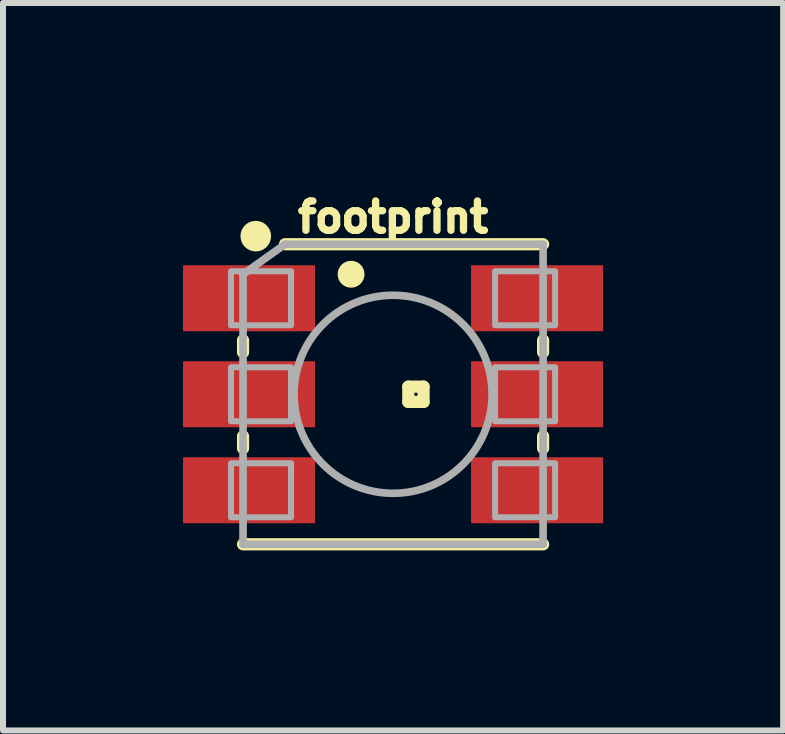
<source format=kicad_pcb>
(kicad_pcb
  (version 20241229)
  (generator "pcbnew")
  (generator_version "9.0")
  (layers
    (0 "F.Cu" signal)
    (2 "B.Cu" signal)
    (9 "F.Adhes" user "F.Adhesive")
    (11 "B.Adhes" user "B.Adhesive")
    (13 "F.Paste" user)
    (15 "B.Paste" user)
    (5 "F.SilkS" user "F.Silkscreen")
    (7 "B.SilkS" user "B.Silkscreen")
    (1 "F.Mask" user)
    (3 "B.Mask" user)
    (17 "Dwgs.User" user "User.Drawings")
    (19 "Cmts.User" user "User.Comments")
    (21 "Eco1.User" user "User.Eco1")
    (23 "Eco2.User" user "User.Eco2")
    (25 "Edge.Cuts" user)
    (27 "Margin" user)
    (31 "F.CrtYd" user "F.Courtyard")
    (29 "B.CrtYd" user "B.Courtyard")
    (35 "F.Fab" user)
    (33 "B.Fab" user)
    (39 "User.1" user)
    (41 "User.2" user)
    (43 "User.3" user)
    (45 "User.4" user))
  (footprint "footprint"
    (layer "F.Cu")
    (at 3.5 3.52)
    (property "Reference" "footprint" (at 0 -2.667 0) (layer "F.SilkS") (effects (font (size 0.488 0.488) (thickness 0.122)) (justify bottom)))
    (fp_line (start -2.5 -0.7) (end -2.5 -0.9) (stroke (width 0.203) (type solid)) (layer "F.SilkS"))
    (fp_line (start -2.5 0.9) (end -2.5 0.7) (stroke (width 0.203) (type solid)) (layer "F.SilkS"))
    (fp_line (start -2.5 2.5) (end 2.5 2.5) (stroke (width 0.203) (type solid)) (layer "F.SilkS"))
    (fp_line (start -1.8 -2.5) (end 2.5 -2.5) (stroke (width 0.203) (type solid)) (layer "F.SilkS"))
    (fp_line (start 0.254 -0.127) (end 0.508 -0.127) (stroke (width 0.203) (type solid)) (layer "F.SilkS"))
    (fp_line (start 0.254 0.127) (end 0.254 -0.127) (stroke (width 0.203) (type solid)) (layer "F.SilkS"))
    (fp_line (start 0.508 -0.127) (end 0.508 0.127) (stroke (width 0.203) (type solid)) (layer "F.SilkS"))
    (fp_line (start 0.508 0.127) (end 0.254 0.127) (stroke (width 0.203) (type solid)) (layer "F.SilkS"))
    (fp_line (start 2.5 -0.7) (end 2.5 -0.9) (stroke (width 0.203) (type solid)) (layer "F.SilkS"))
    (fp_line (start 2.5 0.9) (end 2.5 0.7) (stroke (width 0.203) (type solid)) (layer "F.SilkS"))
    (fp_circle (center -2.288 -2.635) (end -2.16 -2.635) (stroke (width 0.254) (type solid)) (fill no) (layer "F.SilkS"))
    (fp_circle (center -0.7 -2) (end -0.588 -2) (stroke (width 0.224) (type solid)) (fill yes) (layer "F.SilkS"))
    (fp_line (start -2.5 -2) (end -1.8 -2.5) (stroke (width 0.127) (type solid)) (layer "F.Fab"))
    (fp_line (start -2.5 2.5) (end -2.5 -2) (stroke (width 0.127) (type solid)) (layer "F.Fab"))
    (fp_line (start -1.8 -2.5) (end 2.5 -2.5) (stroke (width 0.127) (type solid)) (layer "F.Fab"))
    (fp_line (start 2.5 -2.5) (end 2.5 2.5) (stroke (width 0.127) (type solid)) (layer "F.Fab"))
    (fp_line (start 2.5 2.5) (end -2.5 2.5) (stroke (width 0.127) (type solid)) (layer "F.Fab"))
    (fp_circle (center 0 0) (end 1.65 0) (stroke (width 0.127) (type solid)) (fill no) (layer "F.Fab"))
    (fp_poly (pts (xy -1.7 -2.05) (xy -2.7 -2.05) (xy -2.7 -1.15) (xy -1.7 -1.15)) (stroke (width 0.1) (type solid)) (fill no) (layer "F.Fab"))
    (fp_poly (pts (xy -1.7 -0.45) (xy -2.7 -0.45) (xy -2.7 0.45) (xy -1.7 0.45)) (stroke (width 0.1) (type solid)) (fill no) (layer "F.Fab"))
    (fp_poly (pts (xy -1.7 1.15) (xy -2.7 1.15) (xy -2.7 2.05) (xy -1.7 2.05)) (stroke (width 0.1) (type solid)) (fill no) (layer "F.Fab"))
    (fp_poly (pts (xy 1.7 -1.15) (xy 2.7 -1.15) (xy 2.7 -2.05) (xy 1.7 -2.05)) (stroke (width 0.1) (type solid)) (fill no) (layer "F.Fab"))
    (fp_poly (pts (xy 1.7 0.45) (xy 2.7 0.45) (xy 2.7 -0.45) (xy 1.7 -0.45)) (stroke (width 0.1) (type solid)) (fill no) (layer "F.Fab"))
    (fp_poly (pts (xy 1.7 2.05) (xy 2.7 2.05) (xy 2.7 1.15) (xy 1.7 1.15)) (stroke (width 0.1) (type solid)) (fill no) (layer "F.Fab"))
    (pad "1" smd rect (at -2.4 -1.6) (size 2.2 1.1) (layers "F.Cu" "F.Mask" "F.Paste"))
    (pad "2" smd rect (at -2.4 0) (size 2.2 1.1) (layers "F.Cu" "F.Mask" "F.Paste"))
    (pad "3" smd rect (at -2.4 1.6) (size 2.2 1.1) (layers "F.Cu" "F.Mask" "F.Paste"))
    (pad "4" smd rect (at 2.4 1.6) (size 2.2 1.1) (layers "F.Cu" "F.Mask" "F.Paste"))
    (pad "5" smd rect (at 2.4 0) (size 2.2 1.1) (layers "F.Cu" "F.Mask" "F.Paste"))
    (pad "6" smd rect (at 2.4 -1.6) (size 2.2 1.1) (layers "F.Cu" "F.Mask" "F.Paste")))
  (gr_rect
    (start -3 -3)
    (end 10 9.122)
    (stroke (width 0.1) (type default))
    (fill no)
    (layer "Edge.Cuts")))
</source>
